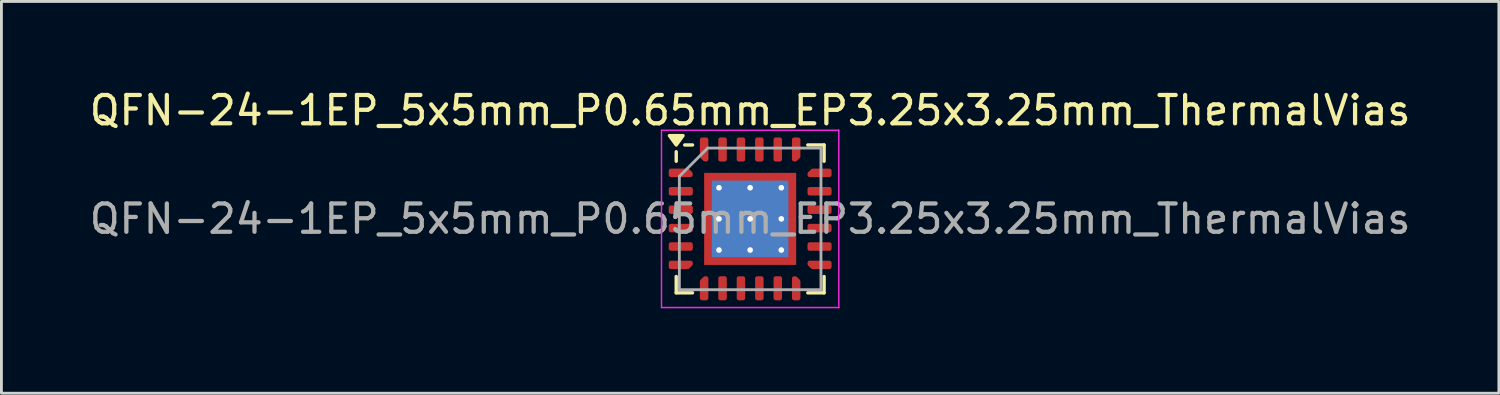
<source format=kicad_pcb>
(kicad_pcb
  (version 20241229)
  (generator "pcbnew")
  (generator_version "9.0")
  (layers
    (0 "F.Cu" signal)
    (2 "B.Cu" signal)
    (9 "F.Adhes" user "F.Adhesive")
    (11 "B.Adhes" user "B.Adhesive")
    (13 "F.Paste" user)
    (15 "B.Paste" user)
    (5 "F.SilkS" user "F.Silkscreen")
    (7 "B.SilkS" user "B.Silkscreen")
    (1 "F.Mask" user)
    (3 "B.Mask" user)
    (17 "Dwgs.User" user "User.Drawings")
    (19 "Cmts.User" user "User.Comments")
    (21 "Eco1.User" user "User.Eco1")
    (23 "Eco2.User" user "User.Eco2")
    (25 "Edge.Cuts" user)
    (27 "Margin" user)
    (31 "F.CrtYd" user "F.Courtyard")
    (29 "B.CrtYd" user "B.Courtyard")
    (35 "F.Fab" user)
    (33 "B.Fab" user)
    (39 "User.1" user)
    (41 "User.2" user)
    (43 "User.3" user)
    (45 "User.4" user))
  (footprint "QFN-24-1EP_5x5mm_P0.65mm_EP3.25x3.25mm_ThermalVias"
    (layer "F.Cu")
    (at 23.435 4.678)
    (property "Reference" "QFN-24-1EP_5x5mm_P0.65mm_EP3.25x3.25mm_ThermalVias" (at 0 -3.83 0) (layer "F.SilkS") (effects (font (size 1 1) (thickness 0.15))))
    (attr smd)
    (fp_line (start -2.61 -2.035) (end -2.61 -2.37) (stroke (width 0.12) (type solid)) (layer "F.SilkS"))
    (fp_line (start -2.61 2.61) (end -2.61 2.035) (stroke (width 0.12) (type solid)) (layer "F.SilkS"))
    (fp_line (start -2.035 -2.61) (end -2.31 -2.61) (stroke (width 0.12) (type solid)) (layer "F.SilkS"))
    (fp_line (start -2.035 2.61) (end -2.61 2.61) (stroke (width 0.12) (type solid)) (layer "F.SilkS"))
    (fp_line (start 2.035 -2.61) (end 2.61 -2.61) (stroke (width 0.12) (type solid)) (layer "F.SilkS"))
    (fp_line (start 2.035 2.61) (end 2.61 2.61) (stroke (width 0.12) (type solid)) (layer "F.SilkS"))
    (fp_line (start 2.61 -2.61) (end 2.61 -2.035) (stroke (width 0.12) (type solid)) (layer "F.SilkS"))
    (fp_line (start 2.61 2.61) (end 2.61 2.035) (stroke (width 0.12) (type solid)) (layer "F.SilkS"))
    (fp_poly (pts (xy -2.61 -2.61) (xy -2.85 -2.94) (xy -2.37 -2.94) (xy -2.61 -2.61)) (stroke (width 0.12) (type solid)) (fill yes) (layer "F.SilkS"))
    (fp_line (start -3.13 -3.13) (end -3.13 3.13) (stroke (width 0.05) (type solid)) (layer "F.CrtYd"))
    (fp_line (start -3.13 3.13) (end 3.13 3.13) (stroke (width 0.05) (type solid)) (layer "F.CrtYd"))
    (fp_line (start 3.13 -3.13) (end -3.13 -3.13) (stroke (width 0.05) (type solid)) (layer "F.CrtYd"))
    (fp_line (start 3.13 3.13) (end 3.13 -3.13) (stroke (width 0.05) (type solid)) (layer "F.CrtYd"))
    (fp_line (start -2.5 -1.5) (end -1.5 -2.5) (stroke (width 0.1) (type solid)) (layer "F.Fab"))
    (fp_line (start -2.5 2.5) (end -2.5 -1.5) (stroke (width 0.1) (type solid)) (layer "F.Fab"))
    (fp_line (start -1.5 -2.5) (end 2.5 -2.5) (stroke (width 0.1) (type solid)) (layer "F.Fab"))
    (fp_line (start 2.5 -2.5) (end 2.5 2.5) (stroke (width 0.1) (type solid)) (layer "F.Fab"))
    (fp_line (start 2.5 2.5) (end -2.5 2.5) (stroke (width 0.1) (type solid)) (layer "F.Fab"))
    (fp_text user "${REFERENCE}" (at 0 0 0) (layer "F.Fab") (effects (font (size 1 1) (thickness 0.15))))
    (pad "" smd custom (at -1.363 -1.363) (size 0.295 0.295) (layers "F.Paste") (options (anchor circle)) (primitives (gr_poly (pts (xy -0.106 -0.106) (xy 0.106 -0.106) (xy 0.106 -0.013) (xy -0.013 0.106) (xy -0.106 0.106)) (width 0.212) (fill yes))))
    (pad "" smd custom (at -1.363 -0.55) (size 0.335 0.335) (layers "F.Paste") (options (anchor circle)) (primitives (gr_poly (pts (xy -0.123 -0.355) (xy 0.05 -0.355) (xy 0.123 -0.281) (xy 0.123 0.281) (xy 0.05 0.355) (xy -0.123 0.355)) (width 0.177) (fill yes))))
    (pad "" smd custom (at -1.363 0.55) (size 0.335 0.335) (layers "F.Paste") (options (anchor circle)) (primitives (gr_poly (pts (xy -0.123 -0.355) (xy 0.05 -0.355) (xy 0.123 -0.281) (xy 0.123 0.281) (xy 0.05 0.355) (xy -0.123 0.355)) (width 0.177) (fill yes))))
    (pad "" smd custom (at -1.363 1.363) (size 0.295 0.295) (layers "F.Paste") (options (anchor circle)) (primitives (gr_poly (pts (xy -0.106 -0.106) (xy -0.013 -0.106) (xy 0.106 0.013) (xy 0.106 0.106) (xy -0.106 0.106)) (width 0.212) (fill yes))))
    (pad "" smd custom (at -0.55 -1.363) (size 0.335 0.335) (layers "F.Paste") (options (anchor circle)) (primitives (gr_poly (pts (xy -0.355 -0.123) (xy 0.355 -0.123) (xy 0.355 0.05) (xy 0.281 0.123) (xy -0.281 0.123) (xy -0.355 0.05)) (width 0.177) (fill yes))))
    (pad "" smd roundrect (at -0.55 -0.55) (size 0.887 0.887) (layers "F.Paste") (roundrect_rratio 0.25))
    (pad "" smd roundrect (at -0.55 0.55) (size 0.887 0.887) (layers "F.Paste") (roundrect_rratio 0.25))
    (pad "" smd custom (at -0.55 1.363) (size 0.335 0.335) (layers "F.Paste") (options (anchor circle)) (primitives (gr_poly (pts (xy -0.355 -0.05) (xy -0.281 -0.123) (xy 0.281 -0.123) (xy 0.355 -0.05) (xy 0.355 0.123) (xy -0.355 0.123)) (width 0.177) (fill yes))))
    (pad "" smd custom (at 0.55 -1.363) (size 0.335 0.335) (layers "F.Paste") (options (anchor circle)) (primitives (gr_poly (pts (xy -0.355 -0.123) (xy 0.355 -0.123) (xy 0.355 0.05) (xy 0.281 0.123) (xy -0.281 0.123) (xy -0.355 0.05)) (width 0.177) (fill yes))))
    (pad "" smd roundrect (at 0.55 -0.55) (size 0.887 0.887) (layers "F.Paste") (roundrect_rratio 0.25))
    (pad "" smd roundrect (at 0.55 0.55) (size 0.887 0.887) (layers "F.Paste") (roundrect_rratio 0.25))
    (pad "" smd custom (at 0.55 1.363) (size 0.335 0.335) (layers "F.Paste") (options (anchor circle)) (primitives (gr_poly (pts (xy -0.355 -0.05) (xy -0.281 -0.123) (xy 0.281 -0.123) (xy 0.355 -0.05) (xy 0.355 0.123) (xy -0.355 0.123)) (width 0.177) (fill yes))))
    (pad "" smd custom (at 1.363 -1.363) (size 0.295 0.295) (layers "F.Paste") (options (anchor circle)) (primitives (gr_poly (pts (xy -0.106 -0.106) (xy 0.106 -0.106) (xy 0.106 0.106) (xy 0.013 0.106) (xy -0.106 -0.013)) (width 0.212) (fill yes))))
    (pad "" smd custom (at 1.363 -0.55) (size 0.335 0.335) (layers "F.Paste") (options (anchor circle)) (primitives (gr_poly (pts (xy -0.123 -0.281) (xy -0.05 -0.355) (xy 0.123 -0.355) (xy 0.123 0.355) (xy -0.05 0.355) (xy -0.123 0.281)) (width 0.177) (fill yes))))
    (pad "" smd custom (at 1.363 0.55) (size 0.335 0.335) (layers "F.Paste") (options (anchor circle)) (primitives (gr_poly (pts (xy -0.123 -0.281) (xy -0.05 -0.355) (xy 0.123 -0.355) (xy 0.123 0.355) (xy -0.05 0.355) (xy -0.123 0.281)) (width 0.177) (fill yes))))
    (pad "" smd custom (at 1.363 1.363) (size 0.295 0.295) (layers "F.Paste") (options (anchor circle)) (primitives (gr_poly (pts (xy -0.106 0.013) (xy 0.013 -0.106) (xy 0.106 -0.106) (xy 0.106 0.106) (xy -0.106 0.106)) (width 0.212) (fill yes))))
    (pad "1" smd custom (at -2.45 -1.625) (size 0.194 0.194) (layers "F.Cu" "F.Mask" "F.Paste") (options (anchor circle)) (primitives (gr_poly (pts (xy -0.35 -0.075) (xy 0.244 -0.075) (xy 0.35 0.031) (xy 0.35 0.075) (xy -0.35 0.075)) (width 0.15) (fill yes))))
    (pad "2" smd roundrect (at -2.45 -0.975) (size 0.85 0.3) (layers "F.Cu" "F.Mask" "F.Paste") (roundrect_rratio 0.25))
    (pad "3" smd roundrect (at -2.45 -0.325) (size 0.85 0.3) (layers "F.Cu" "F.Mask" "F.Paste") (roundrect_rratio 0.25))
    (pad "4" smd roundrect (at -2.45 0.325) (size 0.85 0.3) (layers "F.Cu" "F.Mask" "F.Paste") (roundrect_rratio 0.25))
    (pad "5" smd roundrect (at -2.45 0.975) (size 0.85 0.3) (layers "F.Cu" "F.Mask" "F.Paste") (roundrect_rratio 0.25))
    (pad "6" smd custom (at -2.45 1.625) (size 0.194 0.194) (layers "F.Cu" "F.Mask" "F.Paste") (options (anchor circle)) (primitives (gr_poly (pts (xy -0.35 -0.075) (xy 0.35 -0.075) (xy 0.35 -0.031) (xy 0.244 0.075) (xy -0.35 0.075)) (width 0.15) (fill yes))))
    (pad "7" smd custom (at -1.625 2.45) (size 0.194 0.194) (layers "F.Cu" "F.Mask" "F.Paste") (options (anchor circle)) (primitives (gr_poly (pts (xy -0.075 -0.244) (xy 0.031 -0.35) (xy 0.075 -0.35) (xy 0.075 0.35) (xy -0.075 0.35)) (width 0.15) (fill yes))))
    (pad "8" smd roundrect (at -0.975 2.45) (size 0.3 0.85) (layers "F.Cu" "F.Mask" "F.Paste") (roundrect_rratio 0.25))
    (pad "9" smd roundrect (at -0.325 2.45) (size 0.3 0.85) (layers "F.Cu" "F.Mask" "F.Paste") (roundrect_rratio 0.25))
    (pad "10" smd roundrect (at 0.325 2.45) (size 0.3 0.85) (layers "F.Cu" "F.Mask" "F.Paste") (roundrect_rratio 0.25))
    (pad "11" smd roundrect (at 0.975 2.45) (size 0.3 0.85) (layers "F.Cu" "F.Mask" "F.Paste") (roundrect_rratio 0.25))
    (pad "12" smd custom (at 1.625 2.45) (size 0.194 0.194) (layers "F.Cu" "F.Mask" "F.Paste") (options (anchor circle)) (primitives (gr_poly (pts (xy -0.075 -0.35) (xy -0.031 -0.35) (xy 0.075 -0.244) (xy 0.075 0.35) (xy -0.075 0.35)) (width 0.15) (fill yes))))
    (pad "13" smd custom (at 2.45 1.625) (size 0.194 0.194) (layers "F.Cu" "F.Mask" "F.Paste") (options (anchor circle)) (primitives (gr_poly (pts (xy -0.35 -0.075) (xy 0.35 -0.075) (xy 0.35 0.075) (xy -0.244 0.075) (xy -0.35 -0.031)) (width 0.15) (fill yes))))
    (pad "14" smd roundrect (at 2.45 0.975) (size 0.85 0.3) (layers "F.Cu" "F.Mask" "F.Paste") (roundrect_rratio 0.25))
    (pad "15" smd roundrect (at 2.45 0.325) (size 0.85 0.3) (layers "F.Cu" "F.Mask" "F.Paste") (roundrect_rratio 0.25))
    (pad "16" smd roundrect (at 2.45 -0.325) (size 0.85 0.3) (layers "F.Cu" "F.Mask" "F.Paste") (roundrect_rratio 0.25))
    (pad "17" smd roundrect (at 2.45 -0.975) (size 0.85 0.3) (layers "F.Cu" "F.Mask" "F.Paste") (roundrect_rratio 0.25))
    (pad "18" smd custom (at 2.45 -1.625) (size 0.194 0.194) (layers "F.Cu" "F.Mask" "F.Paste") (options (anchor circle)) (primitives (gr_poly (pts (xy -0.35 0.031) (xy -0.244 -0.075) (xy 0.35 -0.075) (xy 0.35 0.075) (xy -0.35 0.075)) (width 0.15) (fill yes))))
    (pad "19" smd custom (at 1.625 -2.45) (size 0.194 0.194) (layers "F.Cu" "F.Mask" "F.Paste") (options (anchor circle)) (primitives (gr_poly (pts (xy -0.075 -0.35) (xy 0.075 -0.35) (xy 0.075 0.244) (xy -0.031 0.35) (xy -0.075 0.35)) (width 0.15) (fill yes))))
    (pad "20" smd roundrect (at 0.975 -2.45) (size 0.3 0.85) (layers "F.Cu" "F.Mask" "F.Paste") (roundrect_rratio 0.25))
    (pad "21" smd roundrect (at 0.325 -2.45) (size 0.3 0.85) (layers "F.Cu" "F.Mask" "F.Paste") (roundrect_rratio 0.25))
    (pad "22" smd roundrect (at -0.325 -2.45) (size 0.3 0.85) (layers "F.Cu" "F.Mask" "F.Paste") (roundrect_rratio 0.25))
    (pad "23" smd roundrect (at -0.975 -2.45) (size 0.3 0.85) (layers "F.Cu" "F.Mask" "F.Paste") (roundrect_rratio 0.25))
    (pad "24" smd custom (at -1.625 -2.45) (size 0.194 0.194) (layers "F.Cu" "F.Mask" "F.Paste") (options (anchor circle)) (primitives (gr_poly (pts (xy -0.075 -0.35) (xy 0.075 -0.35) (xy 0.075 0.35) (xy 0.031 0.35) (xy -0.075 0.244)) (width 0.15) (fill yes))))
    (pad "25" thru_hole circle (at -1.1 -1.1) (size 0.5 0.5) (drill 0.2) (property pad_prop_heatsink) (layers "*.Cu"))
    (pad "25" thru_hole circle (at -1.1 0) (size 0.5 0.5) (drill 0.2) (property pad_prop_heatsink) (layers "*.Cu"))
    (pad "25" thru_hole circle (at -1.1 1.1) (size 0.5 0.5) (drill 0.2) (property pad_prop_heatsink) (layers "*.Cu"))
    (pad "25" thru_hole circle (at 0 -1.1) (size 0.5 0.5) (drill 0.2) (property pad_prop_heatsink) (layers "*.Cu"))
    (pad "25" thru_hole circle (at 0 0) (size 0.5 0.5) (drill 0.2) (property pad_prop_heatsink) (layers "*.Cu"))
    (pad "25" smd rect (at 0 0) (size 2.7 2.7) (property pad_prop_heatsink) (layers "B.Cu"))
    (pad "25" smd rect (at 0 0) (size 3.25 3.25) (property pad_prop_heatsink) (layers "F.Cu" "F.Mask"))
    (pad "25" thru_hole circle (at 0 1.1) (size 0.5 0.5) (drill 0.2) (property pad_prop_heatsink) (layers "*.Cu"))
    (pad "25" thru_hole circle (at 1.1 -1.1) (size 0.5 0.5) (drill 0.2) (property pad_prop_heatsink) (layers "*.Cu"))
    (pad "25" thru_hole circle (at 1.1 0) (size 0.5 0.5) (drill 0.2) (property pad_prop_heatsink) (layers "*.Cu"))
    (pad "25" thru_hole circle (at 1.1 1.1) (size 0.5 0.5) (drill 0.2) (property pad_prop_heatsink) (layers "*.Cu")))
  (gr_rect
    (start -3 -3)
    (end 49.869 10.833)
    (stroke (width 0.1) (type default))
    (fill no)
    (layer "Edge.Cuts")))
</source>
